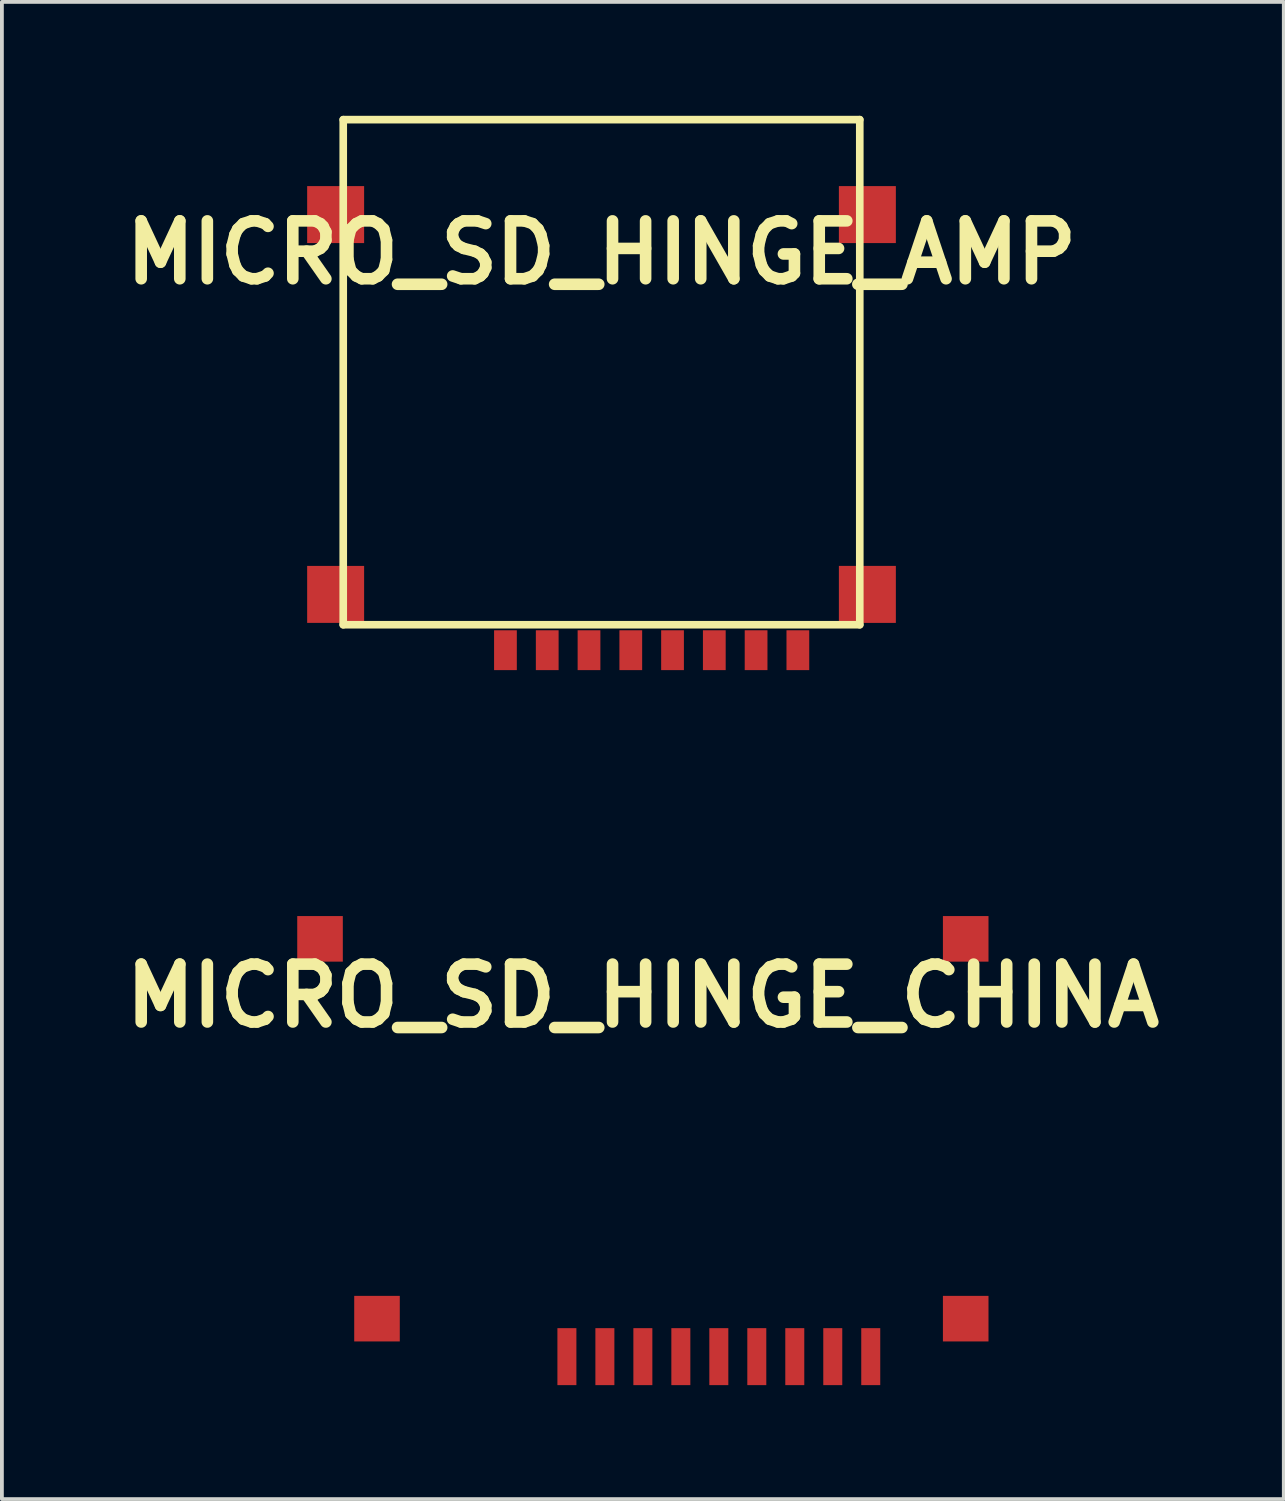
<source format=kicad_pcb>
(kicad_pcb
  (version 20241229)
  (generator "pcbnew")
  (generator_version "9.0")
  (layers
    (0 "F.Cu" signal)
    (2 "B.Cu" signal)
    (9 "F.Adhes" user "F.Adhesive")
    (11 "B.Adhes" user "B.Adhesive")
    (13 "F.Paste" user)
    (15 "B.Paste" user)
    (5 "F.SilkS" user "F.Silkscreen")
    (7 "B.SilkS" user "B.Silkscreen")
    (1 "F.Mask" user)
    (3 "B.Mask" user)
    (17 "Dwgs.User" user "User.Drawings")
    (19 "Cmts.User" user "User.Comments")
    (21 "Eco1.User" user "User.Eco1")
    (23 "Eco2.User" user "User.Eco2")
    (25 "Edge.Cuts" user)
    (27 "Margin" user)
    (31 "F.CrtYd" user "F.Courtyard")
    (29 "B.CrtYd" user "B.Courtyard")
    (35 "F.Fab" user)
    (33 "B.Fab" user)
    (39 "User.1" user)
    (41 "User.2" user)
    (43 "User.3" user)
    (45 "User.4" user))
  (footprint "MICRO_SD_HINGE_CHINA"
    (layer "F.Cu")
    (at 15.876 24.169)
    (property "Reference" "MICRO_SD_HINGE_CHINA" (at -2 -1 0) (layer "F.SilkS") (effects (font (size 1.524 1.524) (thickness 0.305))))
    (attr smd)
    (fp_line (start -9.5 -6.5) (end 5.5 -6.5) (stroke (width 0.15) (type solid)) (layer "B.Paste"))
    (fp_line (start -9.5 8) (end -9.5 -6.5) (stroke (width 0.15) (type solid)) (layer "B.Paste"))
    (fp_line (start 5.5 -6.5) (end 5.5 8) (stroke (width 0.15) (type solid)) (layer "B.Paste"))
    (fp_line (start 5.5 8) (end -9.5 8) (stroke (width 0.15) (type solid)) (layer "B.Paste"))
    (pad "" smd rect (at -10.5 -2.5) (size 1.2 1.2) (layers "F.Cu" "F.Mask" "F.Paste"))
    (pad "" smd rect (at -9 7.5) (size 1.2 1.2) (layers "F.Cu" "F.Mask" "F.Paste"))
    (pad "" smd rect (at 6.5 -2.5) (size 1.2 1.2) (layers "F.Cu" "F.Mask" "F.Paste"))
    (pad "" smd rect (at 6.5 7.5) (size 1.2 1.2) (layers "F.Cu" "F.Mask" "F.Paste"))
    (pad "1" smd rect (at -4 8.5) (size 0.5 1.5) (layers "F.Cu" "F.Mask" "F.Paste"))
    (pad "2" smd rect (at -3 8.5) (size 0.5 1.5) (layers "F.Cu" "F.Mask" "F.Paste"))
    (pad "3" smd rect (at -2 8.5) (size 0.5 1.5) (layers "F.Cu" "F.Mask" "F.Paste"))
    (pad "4" smd rect (at -1 8.5) (size 0.5 1.5) (layers "F.Cu" "F.Mask" "F.Paste"))
    (pad "5" smd rect (at 0 8.5) (size 0.5 1.5) (layers "F.Cu" "F.Mask" "F.Paste"))
    (pad "6" smd rect (at 1 8.5) (size 0.5 1.5) (layers "F.Cu" "F.Mask" "F.Paste"))
    (pad "7" smd rect (at 2 8.5) (size 0.5 1.5) (layers "F.Cu" "F.Mask" "F.Paste"))
    (pad "8" smd rect (at 3 8.5) (size 0.5 1.5) (layers "F.Cu" "F.Mask" "F.Paste"))
    (pad "9" smd rect (at 4 8.5) (size 0.5 1.5) (layers "F.Cu" "F.Mask" "F.Paste")))
  (footprint "MICRO_SD_HINGE_AMP"
    (layer "F.Cu")
    (at 14.787 4.6)
    (property "Reference" "MICRO_SD_HINGE_AMP" (at -2 -1 0) (layer "F.SilkS") (effects (font (size 1.524 1.524) (thickness 0.305))))
    (attr smd)
    (fp_line (start -8.8 -4.5) (end 4.8 -4.5) (stroke (width 0.201) (type solid)) (layer "F.SilkS"))
    (fp_line (start -8.8 8.799) (end -8.8 -4.5) (stroke (width 0.201) (type solid)) (layer "F.SilkS"))
    (fp_line (start 4.8 -4.5) (end 4.8 8.799) (stroke (width 0.201) (type solid)) (layer "F.SilkS"))
    (fp_line (start 4.8 8.799) (end -8.8 8.799) (stroke (width 0.201) (type solid)) (layer "F.SilkS"))
    (pad "1" smd rect (at -4.529 9.469) (size 0.599 1.049) (layers "F.Cu" "F.Mask" "F.Paste"))
    (pad "2" smd rect (at -3.429 9.469) (size 0.599 1.049) (layers "F.Cu" "F.Mask" "F.Paste"))
    (pad "3" smd rect (at -2.329 9.469) (size 0.599 1.049) (layers "F.Cu" "F.Mask" "F.Paste"))
    (pad "4" smd rect (at -1.229 9.469) (size 0.599 1.049) (layers "F.Cu" "F.Mask" "F.Paste"))
    (pad "5" smd rect (at -0.13 9.469) (size 0.599 1.049) (layers "F.Cu" "F.Mask" "F.Paste"))
    (pad "6" smd rect (at 0.97 9.469) (size 0.599 1.049) (layers "F.Cu" "F.Mask" "F.Paste"))
    (pad "7" smd rect (at 2.07 9.469) (size 0.599 1.049) (layers "F.Cu" "F.Mask" "F.Paste"))
    (pad "8" smd rect (at 3.17 9.469) (size 0.599 1.049) (layers "F.Cu" "F.Mask" "F.Paste"))
    (pad "9" smd rect (at -9 8) (size 1.5 1.5) (layers "F.Cu" "F.Mask" "F.Paste"))
    (pad "10" smd rect (at -9 -2) (size 1.5 1.5) (layers "F.Cu" "F.Mask" "F.Paste"))
    (pad "11" smd rect (at 5 -2) (size 1.5 1.5) (layers "F.Cu" "F.Mask" "F.Paste"))
    (pad "12" smd rect (at 5 8) (size 1.5 1.501) (layers "F.Cu" "F.Mask" "F.Paste")))
  (gr_rect
    (start -3 -3)
    (end 30.751 36.419)
    (stroke (width 0.1) (type default))
    (fill no)
    (layer "Edge.Cuts")))
</source>
